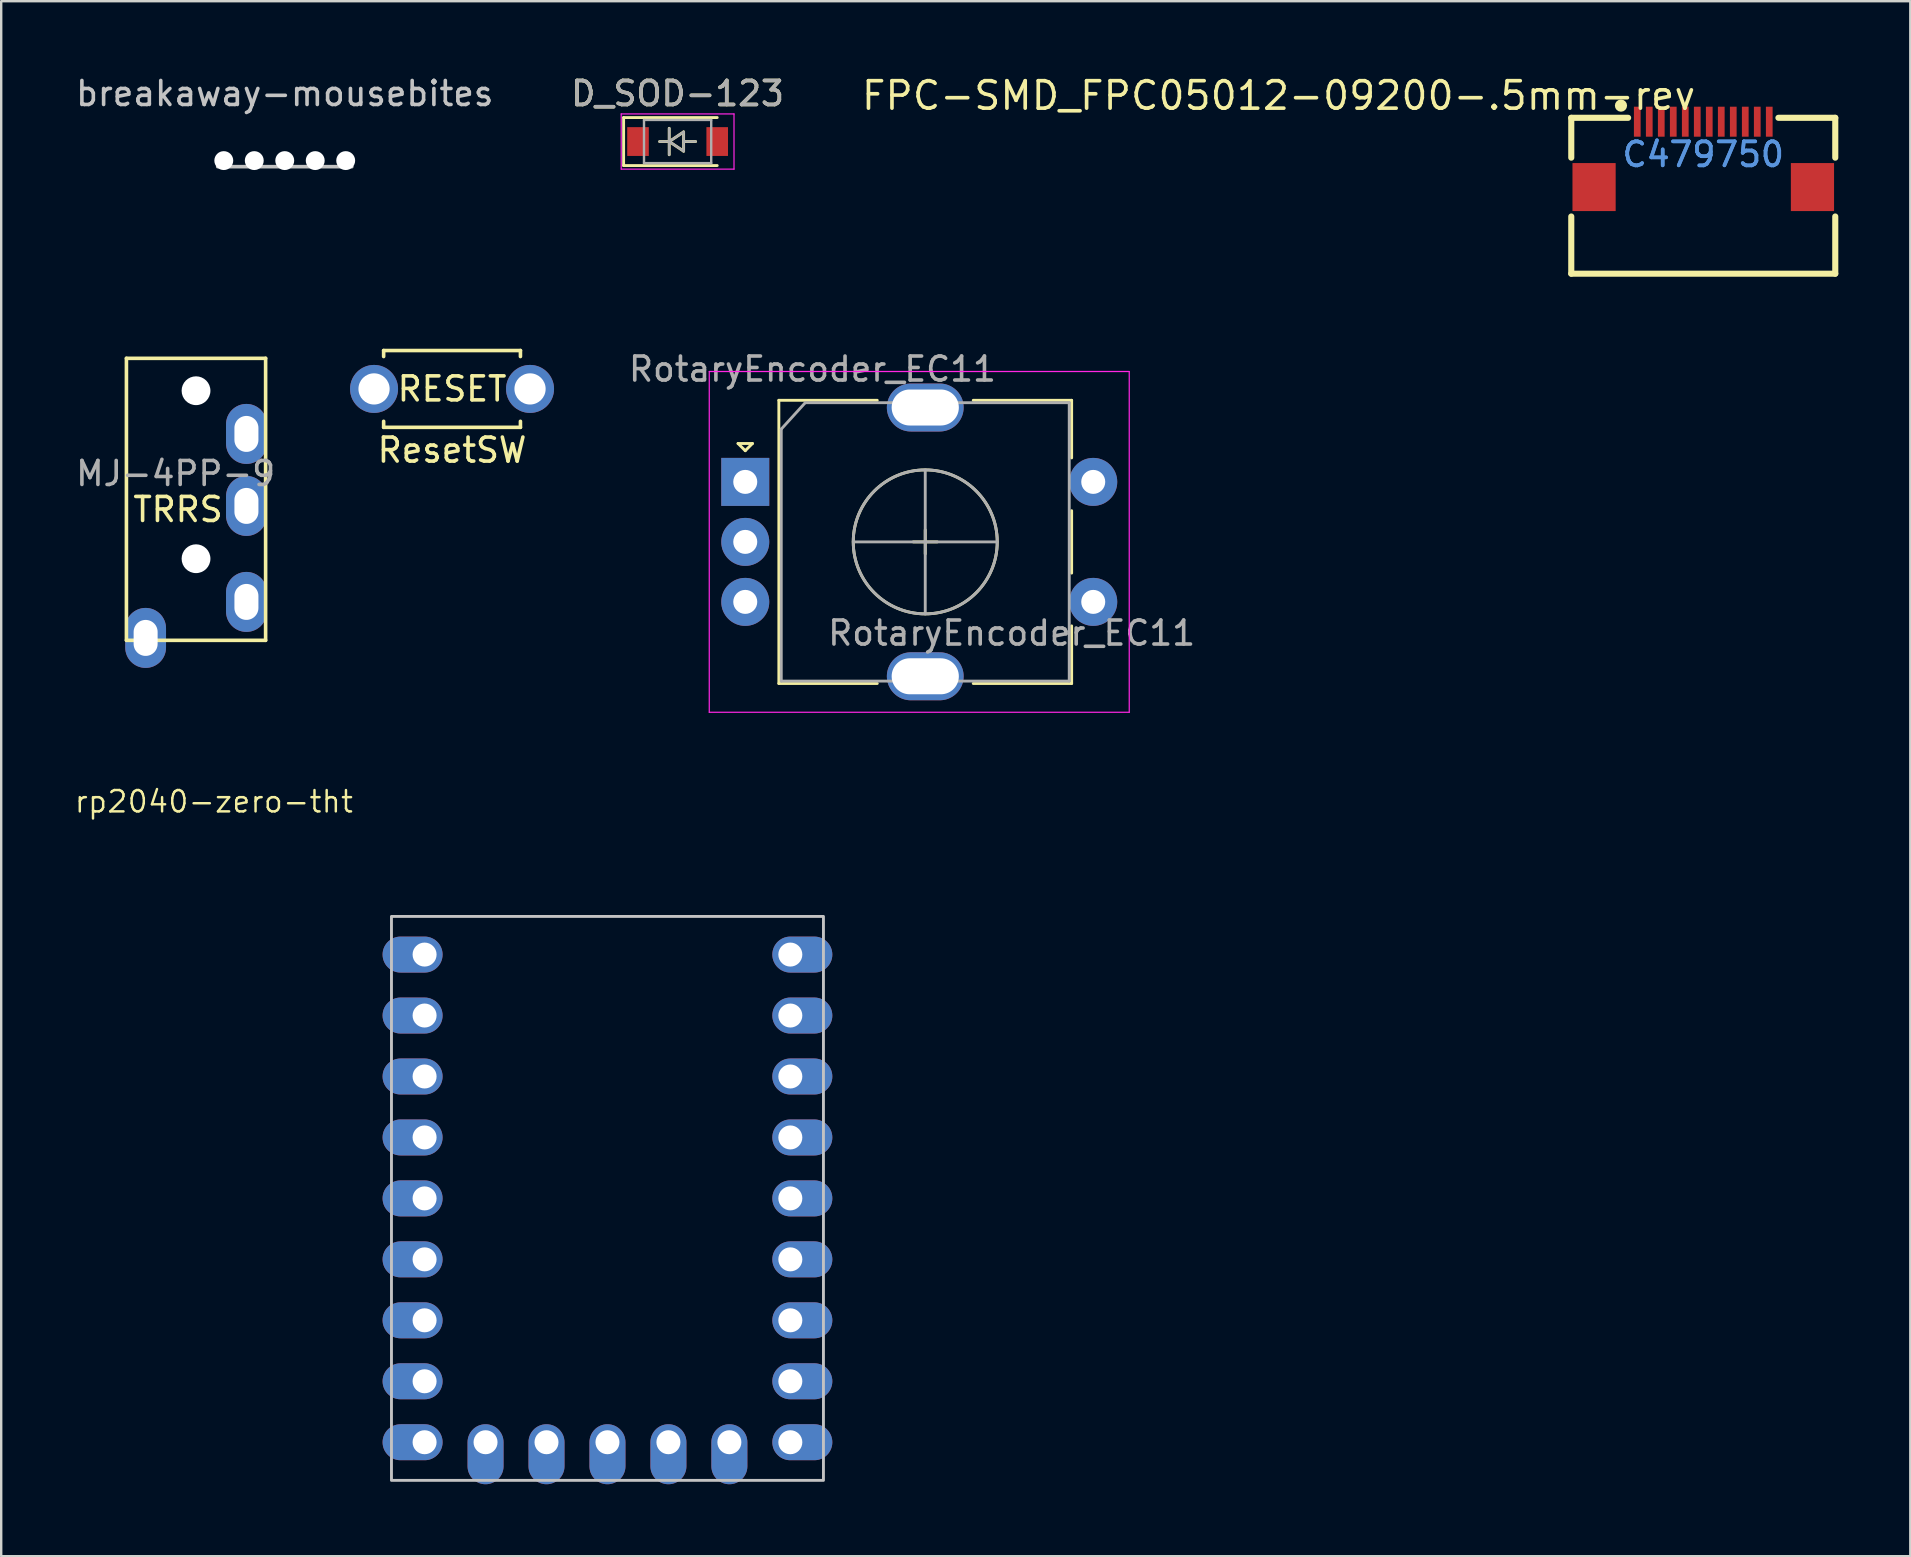
<source format=kicad_pcb>
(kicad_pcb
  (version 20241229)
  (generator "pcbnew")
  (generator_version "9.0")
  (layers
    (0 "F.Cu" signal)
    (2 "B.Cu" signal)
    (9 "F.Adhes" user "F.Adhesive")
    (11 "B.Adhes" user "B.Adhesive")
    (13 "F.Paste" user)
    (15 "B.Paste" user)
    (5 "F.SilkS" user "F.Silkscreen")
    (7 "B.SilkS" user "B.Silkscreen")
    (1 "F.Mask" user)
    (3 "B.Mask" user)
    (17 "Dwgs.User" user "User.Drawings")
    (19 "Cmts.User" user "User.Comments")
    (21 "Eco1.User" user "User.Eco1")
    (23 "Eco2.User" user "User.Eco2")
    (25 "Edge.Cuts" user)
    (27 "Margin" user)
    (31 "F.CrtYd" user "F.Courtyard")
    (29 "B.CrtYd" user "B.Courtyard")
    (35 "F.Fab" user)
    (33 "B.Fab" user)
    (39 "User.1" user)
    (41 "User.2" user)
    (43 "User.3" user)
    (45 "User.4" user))
  (footprint "D_SOD-123"
    (layer "F.Cu")
    (at 25.185 2.848)
    (property "Reference" "D_SOD-123" (at 0 -2 0) (layer "F.SilkS") (effects (font (size 1 1) (thickness 0.15))))
    (attr smd)
    (fp_line (start -2.25 -1) (end -2.25 1) (stroke (width 0.12) (type solid)) (layer "F.SilkS"))
    (fp_line (start -2.25 -1) (end 1.65 -1) (stroke (width 0.12) (type solid)) (layer "F.SilkS"))
    (fp_line (start -2.25 1) (end 1.65 1) (stroke (width 0.12) (type solid)) (layer "F.SilkS"))
    (fp_line (start -0.75 0) (end -0.35 0) (stroke (width 0.12) (type solid)) (layer "F.SilkS"))
    (fp_line (start -0.35 -0.55) (end -0.35 0.55) (stroke (width 0.12) (type solid)) (layer "F.SilkS"))
    (fp_line (start -0.35 0) (end 0.25 -0.4) (stroke (width 0.12) (type solid)) (layer "F.SilkS"))
    (fp_line (start 0.25 -0.4) (end 0.25 0.4) (stroke (width 0.12) (type solid)) (layer "F.SilkS"))
    (fp_line (start 0.25 0.4) (end -0.35 0) (stroke (width 0.12) (type solid)) (layer "F.SilkS"))
    (fp_line (start 0.75 0) (end 0.25 0) (stroke (width 0.12) (type solid)) (layer "F.SilkS"))
    (fp_line (start -2.35 -1.15) (end -2.35 1.15) (stroke (width 0.05) (type solid)) (layer "F.CrtYd"))
    (fp_line (start -2.35 -1.15) (end 2.35 -1.15) (stroke (width 0.05) (type solid)) (layer "F.CrtYd"))
    (fp_line (start 2.35 -1.15) (end 2.35 1.15) (stroke (width 0.05) (type solid)) (layer "F.CrtYd"))
    (fp_line (start 2.35 1.15) (end -2.35 1.15) (stroke (width 0.05) (type solid)) (layer "F.CrtYd"))
    (fp_line (start -1.4 -0.9) (end 1.4 -0.9) (stroke (width 0.1) (type solid)) (layer "F.Fab"))
    (fp_line (start -1.4 0.9) (end -1.4 -0.9) (stroke (width 0.1) (type solid)) (layer "F.Fab"))
    (fp_line (start -0.75 0) (end -0.35 0) (stroke (width 0.1) (type solid)) (layer "F.Fab"))
    (fp_line (start -0.35 0) (end -0.35 -0.55) (stroke (width 0.1) (type solid)) (layer "F.Fab"))
    (fp_line (start -0.35 0) (end -0.35 0.55) (stroke (width 0.1) (type solid)) (layer "F.Fab"))
    (fp_line (start -0.35 0) (end 0.25 -0.4) (stroke (width 0.1) (type solid)) (layer "F.Fab"))
    (fp_line (start 0.25 -0.4) (end 0.25 0.4) (stroke (width 0.1) (type solid)) (layer "F.Fab"))
    (fp_line (start 0.25 0) (end 0.75 0) (stroke (width 0.1) (type solid)) (layer "F.Fab"))
    (fp_line (start 0.25 0.4) (end -0.35 0) (stroke (width 0.1) (type solid)) (layer "F.Fab"))
    (fp_line (start 1.4 -0.9) (end 1.4 0.9) (stroke (width 0.1) (type solid)) (layer "F.Fab"))
    (fp_line (start 1.4 0.9) (end -1.4 0.9) (stroke (width 0.1) (type solid)) (layer "F.Fab"))
    (fp_text user "${REFERENCE}" (at 0 -2 0) (layer "F.Fab") (effects (font (size 1 1) (thickness 0.15))))
    (pad "1" smd rect (at -1.65 0) (size 0.9 1.2) (layers "F.Cu" "F.Mask" "F.Paste"))
    (pad "2" smd rect (at 1.65 0) (size 0.9 1.2) (layers "F.Cu" "F.Mask" "F.Paste")))
  (footprint "RotaryEncoder_EC11"
    (layer "F.Cu")
    (at 35.504 19.53)
    (property "Reference" "RotaryEncoder_EC11" (at -4.7 -7.2 0) (layer "F.Fab") (effects (font (size 1 1) (thickness 0.15))))
    (attr through_hole)
    (fp_line (start -7.8 -4.1) (end -7.2 -4.1) (stroke (width 0.12) (type solid)) (layer "F.SilkS"))
    (fp_line (start -7.5 -3.8) (end -7.8 -4.1) (stroke (width 0.12) (type solid)) (layer "F.SilkS"))
    (fp_line (start -7.2 -4.1) (end -7.5 -3.8) (stroke (width 0.12) (type solid)) (layer "F.SilkS"))
    (fp_line (start -6.1 -5.9) (end -6.1 5.9) (stroke (width 0.12) (type solid)) (layer "F.SilkS"))
    (fp_line (start -2 -5.9) (end -6.1 -5.9) (stroke (width 0.12) (type solid)) (layer "F.SilkS"))
    (fp_line (start -2 5.9) (end -6.1 5.9) (stroke (width 0.12) (type solid)) (layer "F.SilkS"))
    (fp_line (start -0.5 0) (end 0.5 0) (stroke (width 0.12) (type solid)) (layer "F.SilkS"))
    (fp_line (start 0 -0.5) (end 0 0.5) (stroke (width 0.12) (type solid)) (layer "F.SilkS"))
    (fp_line (start 2 -5.9) (end 6.1 -5.9) (stroke (width 0.12) (type solid)) (layer "F.SilkS"))
    (fp_line (start 6.1 -5.9) (end 6.1 -3.5) (stroke (width 0.12) (type solid)) (layer "F.SilkS"))
    (fp_line (start 6.1 -1.3) (end 6.1 1.3) (stroke (width 0.12) (type solid)) (layer "F.SilkS"))
    (fp_line (start 6.1 3.5) (end 6.1 5.9) (stroke (width 0.12) (type solid)) (layer "F.SilkS"))
    (fp_line (start 6.1 5.9) (end 2 5.9) (stroke (width 0.12) (type solid)) (layer "F.SilkS"))
    (fp_circle (center 0 0) (end 3 0) (stroke (width 0.12) (type solid)) (fill no) (layer "F.SilkS"))
    (fp_line (start -9 -7.1) (end -9 7.1) (stroke (width 0.05) (type solid)) (layer "F.CrtYd"))
    (fp_line (start -9 -7.1) (end 8.5 -7.1) (stroke (width 0.05) (type solid)) (layer "F.CrtYd"))
    (fp_line (start 8.5 7.1) (end -9 7.1) (stroke (width 0.05) (type solid)) (layer "F.CrtYd"))
    (fp_line (start 8.5 7.1) (end 8.5 -7.1) (stroke (width 0.05) (type solid)) (layer "F.CrtYd"))
    (fp_line (start -6 -4.7) (end -5 -5.8) (stroke (width 0.12) (type solid)) (layer "F.Fab"))
    (fp_line (start -6 5.8) (end -6 -4.7) (stroke (width 0.12) (type solid)) (layer "F.Fab"))
    (fp_line (start -5 -5.8) (end 6 -5.8) (stroke (width 0.12) (type solid)) (layer "F.Fab"))
    (fp_line (start -3 0) (end 3 0) (stroke (width 0.12) (type solid)) (layer "F.Fab"))
    (fp_line (start 0 -3) (end 0 3) (stroke (width 0.12) (type solid)) (layer "F.Fab"))
    (fp_line (start 6 -5.8) (end 6 5.8) (stroke (width 0.12) (type solid)) (layer "F.Fab"))
    (fp_line (start 6 5.8) (end -6 5.8) (stroke (width 0.12) (type solid)) (layer "F.Fab"))
    (fp_circle (center 0 0) (end 3 0) (stroke (width 0.12) (type solid)) (fill no) (layer "F.Fab"))
    (fp_text user "${REFERENCE}" (at 3.6 3.8 0) (layer "F.Fab") (effects (font (size 1 1) (thickness 0.15))))
    (pad "" np_thru_hole oval (at 0 -5.6) (size 3.2 2) (drill oval 2.8 1.5) (layers "*.Cu" "*.Mask"))
    (pad "" np_thru_hole oval (at 0 5.6) (size 3.2 2) (drill oval 2.8 1.5) (layers "*.Cu" "*.Mask"))
    (pad "A" thru_hole rect (at -7.5 -2.5) (size 2 2) (drill 1) (layers "*.Cu" "*.Mask"))
    (pad "B" thru_hole circle (at -7.5 2.5) (size 2 2) (drill 1) (layers "*.Cu" "*.Mask"))
    (pad "C" thru_hole circle (at -7.5 0) (size 2 2) (drill 1) (layers "*.Cu" "*.Mask"))
    (pad "S1" thru_hole circle (at 7 2.5) (size 2 2) (drill 1) (layers "*.Cu" "*.Mask"))
    (pad "S2" thru_hole circle (at 7 -2.5) (size 2 2) (drill 1) (layers "*.Cu" "*.Mask")))
  (footprint "breakaway-mousebites"
    (layer "F.Cu")
    (at 8.815 3.896)
    (property "Reference" "breakaway-mousebites" (at 0 -3.048 0) (layer "Dwgs.User") (effects (font (size 1 1) (thickness 0.15))))
    (attr through_hole)
    (fp_line (start -2.794 0) (end 2.794 0) (stroke (width 0.15) (type solid)) (layer "Dwgs.User"))
    (pad "" np_thru_hole circle (at -2.54 -0.254) (size 0.787 0.787) (drill 0.787) (layers "*.Cu" "*.Mask"))
    (pad "" np_thru_hole circle (at -1.27 -0.254) (size 0.787 0.787) (drill 0.787) (layers "*.Cu" "*.Mask"))
    (pad "" np_thru_hole circle (at 0 -0.254) (size 0.787 0.787) (drill 0.787) (layers "*.Cu" "*.Mask"))
    (pad "" np_thru_hole circle (at 1.27 -0.254) (size 0.787 0.787) (drill 0.787) (layers "*.Cu" "*.Mask"))
    (pad "" np_thru_hole circle (at 2.54 -0.254) (size 0.787 0.787) (drill 0.787) (layers "*.Cu" "*.Mask")))
  (footprint "ResetSW"
    (layer "F.Cu")
    (at 15.786 13.156)
    (property "Reference" "ResetSW" (at 0 2.55 0) (layer "F.SilkS") (effects (font (size 1 1) (thickness 0.15))))
    (attr through_hole)
    (fp_line (start -2.85 -1.6) (end -2.85 -1.35) (stroke (width 0.15) (type solid)) (layer "F.SilkS"))
    (fp_line (start -2.85 -1.6) (end 2.85 -1.6) (stroke (width 0.15) (type solid)) (layer "F.SilkS"))
    (fp_line (start -2.85 1.6) (end -2.85 1.35) (stroke (width 0.15) (type solid)) (layer "F.SilkS"))
    (fp_line (start -2.85 1.6) (end 2.85 1.6) (stroke (width 0.15) (type solid)) (layer "F.SilkS"))
    (fp_line (start 2.85 -1.6) (end 2.85 -1.35) (stroke (width 0.15) (type solid)) (layer "F.SilkS"))
    (fp_line (start 2.85 1.6) (end 2.85 1.35) (stroke (width 0.15) (type solid)) (layer "F.SilkS"))
    (fp_text user "RESET" (at 0 0 0) (layer "F.SilkS") (effects (font (size 1 1) (thickness 0.15))))
    (pad "1" thru_hole circle (at 3.25 0) (size 2 2) (drill 1.3) (layers "*.Cu" "B.Mask"))
    (pad "2" thru_hole circle (at -3.25 0) (size 2 2) (drill 1.3) (layers "*.Cu" "B.Mask")))
  (footprint "FPC-SMD_FPC05012-09200-.5mm-rev"
    (layer "F.Cu")
    (at 67.923 3.383)
    (property "Reference" "FPC-SMD_FPC05012-09200-.5mm-rev" (at -0.232 -2.448 180) (layer "F.SilkS") (effects (font (size 1.143 1.143) (thickness 0.152)) (justify right)))
    (attr smd)
    (fp_line (start -5.5 -1.524) (end -3.131 -1.524) (stroke (width 0.254) (type solid)) (layer "F.SilkS"))
    (fp_line (start -5.5 0.137) (end -5.5 -1.524) (stroke (width 0.254) (type solid)) (layer "F.SilkS"))
    (fp_line (start -5.5 4.971) (end -5.5 2.588) (stroke (width 0.254) (type solid)) (layer "F.SilkS"))
    (fp_line (start 5.5 -1.524) (end 3.131 -1.524) (stroke (width 0.254) (type solid)) (layer "F.SilkS"))
    (fp_line (start 5.5 0.137) (end 5.5 -1.524) (stroke (width 0.254) (type solid)) (layer "F.SilkS"))
    (fp_line (start 5.5 4.971) (end -5.5 4.971) (stroke (width 0.254) (type solid)) (layer "F.SilkS"))
    (fp_line (start 5.5 4.971) (end 5.5 2.588) (stroke (width 0.254) (type solid)) (layer "F.SilkS"))
    (fp_circle (center -3.429 -2.032) (end -3.302 -2.032) (stroke (width 0.254) (type solid)) (fill no) (layer "F.SilkS"))
    (fp_text user "C479750" (at 0 0.004 180) (layer "Cmts.User") (effects (font (size 1 1) (thickness 0.15))))
    (fp_text user "C479750" (at 0 0 180) (layer "Cmts.User") (effects (font (size 1 1) (thickness 0.15))))
    (pad "1" smd rect (at -2.75 -1.362) (size 0.28 1.25) (layers "F.Cu" "F.Mask" "F.Paste"))
    (pad "2" smd rect (at -2.25 -1.362) (size 0.28 1.25) (layers "F.Cu" "F.Mask" "F.Paste"))
    (pad "3" smd rect (at -1.75 -1.362) (size 0.28 1.25) (layers "F.Cu" "F.Mask" "F.Paste"))
    (pad "4" smd rect (at -1.25 -1.362) (size 0.28 1.25) (layers "F.Cu" "F.Mask" "F.Paste"))
    (pad "5" smd rect (at -0.75 -1.362) (size 0.28 1.25) (layers "F.Cu" "F.Mask" "F.Paste"))
    (pad "6" smd rect (at -0.25 -1.362) (size 0.28 1.25) (layers "F.Cu" "F.Mask" "F.Paste"))
    (pad "7" smd rect (at 0.25 -1.362) (size 0.28 1.25) (layers "F.Cu" "F.Mask" "F.Paste"))
    (pad "8" smd rect (at 0.75 -1.362) (size 0.28 1.25) (layers "F.Cu" "F.Mask" "F.Paste"))
    (pad "9" smd rect (at 1.25 -1.362) (size 0.28 1.25) (layers "F.Cu" "F.Mask" "F.Paste"))
    (pad "10" smd rect (at 1.75 -1.362) (size 0.28 1.25) (layers "F.Cu" "F.Mask" "F.Paste"))
    (pad "11" smd rect (at 2.25 -1.362) (size 0.28 1.25) (layers "F.Cu" "F.Mask" "F.Paste"))
    (pad "12" smd rect (at 2.75 -1.362) (size 0.28 1.25) (layers "F.Cu" "F.Mask" "F.Paste"))
    (pad "13" smd rect (at 4.55 1.362) (size 1.8 2) (layers "F.Cu" "F.Mask" "F.Paste"))
    (pad "14" smd rect (at -4.55 1.362) (size 1.8 2) (layers "F.Cu" "F.Mask" "F.Paste")))
  (footprint "MJ-4PP-9"
    (layer "F.Cu")
    (at 5.118 11.731)
    (property "Reference" "MJ-4PP-9" (at -0.85 4.95 0) (layer "F.Fab") (effects (font (size 1 1) (thickness 0.15))))
    (attr through_hole)
    (fp_line (start -2.9 0.15) (end 2.9 0.15) (stroke (width 0.15) (type solid)) (layer "F.SilkS"))
    (fp_line (start -2.9 11.9) (end -2.9 0.15) (stroke (width 0.15) (type solid)) (layer "F.SilkS"))
    (fp_line (start 2.9 0.15) (end 2.9 11.9) (stroke (width 0.15) (type solid)) (layer "F.SilkS"))
    (fp_line (start 2.9 11.9) (end -2.9 11.9) (stroke (width 0.15) (type solid)) (layer "F.SilkS"))
    (fp_text user "TRRS" (at -0.75 6.45 0) (layer "F.SilkS") (effects (font (size 1 1) (thickness 0.15))))
    (pad "" np_thru_hole circle (at 0 1.5) (size 1.2 1.2) (drill 1.2) (layers "*.Cu" "*.Mask"))
    (pad "" np_thru_hole circle (at 0 8.5) (size 1.2 1.2) (drill 1.2) (layers "*.Cu" "*.Mask"))
    (pad "A" thru_hole oval (at -2.1 11.8) (size 1.7 2.5) (drill oval 1 1.5) (layers "*.Cu" "B.Mask"))
    (pad "B" thru_hole oval (at 2.1 3.3) (size 1.7 2.5) (drill oval 1 1.5) (layers "*.Cu" "B.Mask"))
    (pad "C" thru_hole oval (at 2.1 6.3) (size 1.7 2.5) (drill oval 1 1.5) (layers "*.Cu" "B.Mask"))
    (pad "D" thru_hole oval (at 2.1 10.3) (size 1.7 2.5) (drill oval 1 1.5) (layers "*.Cu" "B.Mask")))
  (footprint "rp2040-zero-tht"
    (layer "F.Cu")
    (at 22.262 46.886)
    (property "Reference" "rp2040-zero-tht" (at -16.399 -16.533 0) (layer "F.SilkS") (effects (font (size 0.889 0.889) (thickness 0.102))))
    (attr through_hole exclude_from_pos_files)
    (fp_rect (start -9 -11.75) (end 9 11.75) (stroke (width 0.12) (type solid)) (fill no) (layer "Dwgs.User"))
    (pad "1" thru_hole oval (at 7.62 -10.16 180) (size 2.5 1.5) (drill 1 (offset -0.5 0)) (layers "*.Cu" "*.Mask"))
    (pad "2" thru_hole oval (at 7.62 -7.62 180) (size 2.5 1.5) (drill 1 (offset -0.5 0)) (layers "*.Cu" "*.Mask"))
    (pad "3" thru_hole oval (at 7.62 -5.08 180) (size 2.5 1.5) (drill 1 (offset -0.5 0)) (layers "*.Cu" "*.Mask"))
    (pad "4" thru_hole oval (at 7.62 -2.54 180) (size 2.5 1.5) (drill 1 (offset -0.5 0)) (layers "*.Cu" "*.Mask"))
    (pad "5" thru_hole oval (at 7.62 0 180) (size 2.5 1.5) (drill 1 (offset -0.5 0)) (layers "*.Cu" "*.Mask"))
    (pad "6" thru_hole oval (at 7.62 2.54 180) (size 2.5 1.5) (drill 1 (offset -0.5 0)) (layers "*.Cu" "*.Mask"))
    (pad "7" thru_hole oval (at 7.62 5.08 180) (size 2.5 1.5) (drill 1 (offset -0.5 0)) (layers "*.Cu" "*.Mask"))
    (pad "8" thru_hole oval (at 7.62 7.62 180) (size 2.5 1.5) (drill 1 (offset -0.5 0)) (layers "*.Cu" "*.Mask"))
    (pad "9" thru_hole oval (at 7.62 10.16 180) (size 2.5 1.5) (drill 1 (offset -0.5 0)) (layers "*.Cu" "*.Mask"))
    (pad "10" thru_hole oval (at 5.08 10.16 90) (size 2.5 1.5) (drill 1 (offset -0.5 0)) (layers "*.Cu" "*.Mask"))
    (pad "11" thru_hole oval (at 2.54 10.16 90) (size 2.5 1.5) (drill 1 (offset -0.5 0)) (layers "*.Cu" "*.Mask"))
    (pad "12" thru_hole oval (at 0 10.16 90) (size 2.5 1.5) (drill 1 (offset -0.5 0)) (layers "*.Cu" "*.Mask"))
    (pad "13" thru_hole oval (at -2.54 10.16 90) (size 2.5 1.5) (drill 1 (offset -0.5 0)) (layers "*.Cu" "*.Mask"))
    (pad "14" thru_hole oval (at -5.08 10.16 90) (size 2.5 1.5) (drill 1 (offset -0.5 0)) (layers "*.Cu" "*.Mask"))
    (pad "15" thru_hole oval (at -7.62 10.16) (size 2.5 1.5) (drill 1 (offset -0.5 0)) (layers "*.Cu" "*.Mask"))
    (pad "16" thru_hole oval (at -7.62 7.62) (size 2.5 1.5) (drill 1 (offset -0.5 0)) (layers "*.Cu" "*.Mask"))
    (pad "17" thru_hole oval (at -7.62 5.08) (size 2.5 1.5) (drill 1 (offset -0.5 0)) (layers "*.Cu" "*.Mask"))
    (pad "18" thru_hole oval (at -7.62 2.54) (size 2.5 1.5) (drill 1 (offset -0.5 0)) (layers "*.Cu" "*.Mask"))
    (pad "19" thru_hole oval (at -7.62 0) (size 2.5 1.5) (drill 1 (offset -0.5 0)) (layers "*.Cu" "*.Mask"))
    (pad "20" thru_hole oval (at -7.62 -2.54) (size 2.5 1.5) (drill 1 (offset -0.5 0)) (layers "*.Cu" "*.Mask"))
    (pad "21" thru_hole oval (at -7.62 -5.08) (size 2.5 1.5) (drill 1 (offset -0.5 0)) (layers "*.Cu" "*.Mask"))
    (pad "22" thru_hole oval (at -7.62 -7.62) (size 2.5 1.5) (drill 1 (offset -0.5 0)) (layers "*.Cu" "*.Mask"))
    (pad "23" thru_hole oval (at -7.62 -10.16) (size 2.5 1.5) (drill 1 (offset -0.5 0)) (layers "*.Cu" "*.Mask")))
  (gr_rect
    (start -3 -3)
    (end 76.55 61.796)
    (stroke (width 0.1) (type default))
    (fill no)
    (layer "Edge.Cuts")))
</source>
